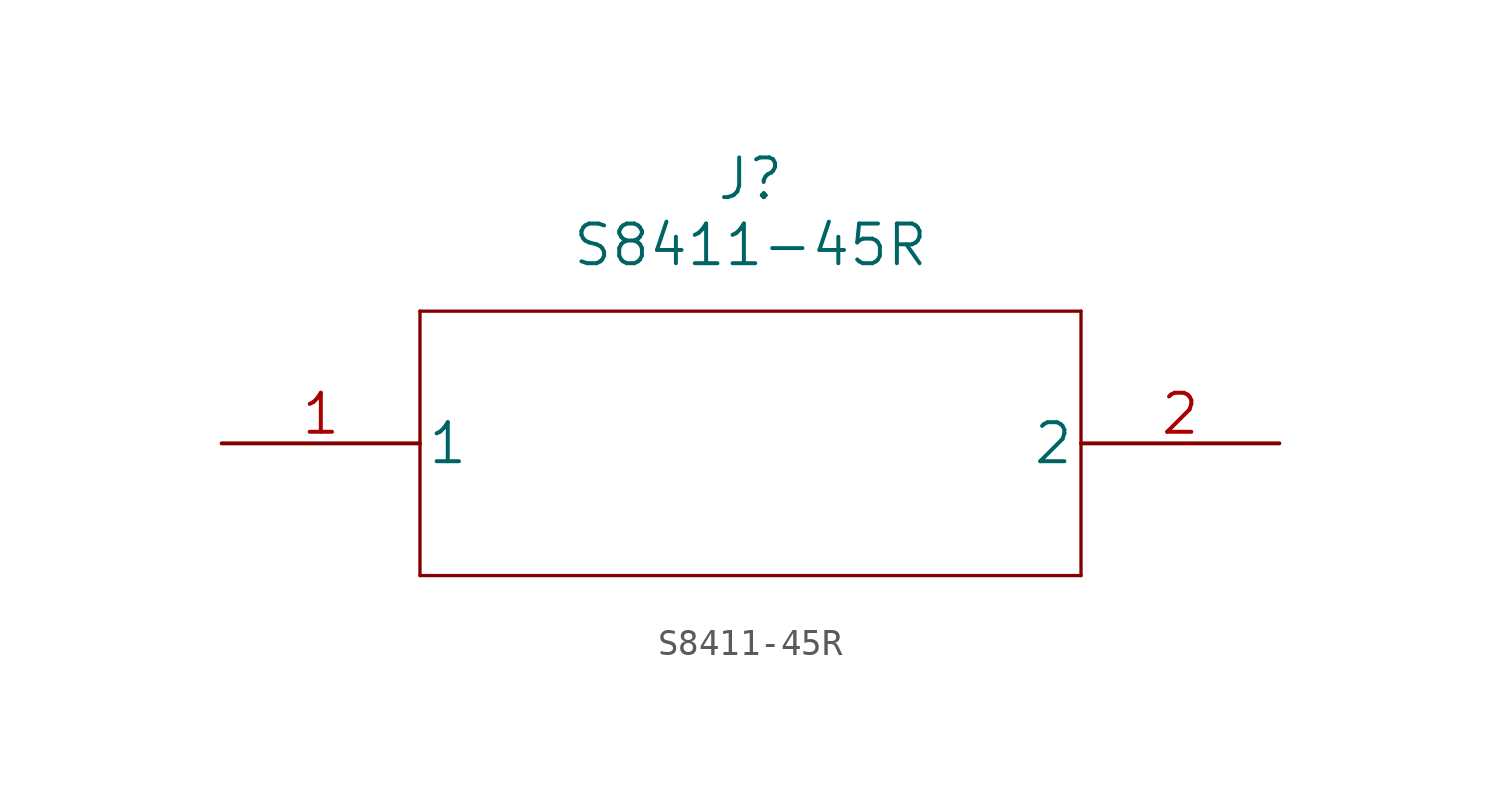
<source format=kicad_sym>
(kicad_symbol_lib
  (version 20201005)
  (generator kicad_symbol_editor)
  (symbol "S8411-45R"
    (pin_names
      (offset 0.254))
    (property "Reference" "J"
      (at 20.32 10.16 0)
      (effects (font (size 1.524 1.524))))
    (property "Value" "S8411-45R"
      (at 20.32 7.62 0)
      (effects (font (size 1.524 1.524))))
    (property "Datasheet" ""
      (at 0 0 0)
      (effects (font (size 1.524 1.524))))
    (property "ki_locked" ""
      (at 0 0 0)
      (effects (font (size 1.27 1.27))))
    (symbol "S8411-45R_1_1"
      (polyline (pts (xy 7.62 -5.08) (xy 33.02 -5.08)) (stroke (width 0.127)) (fill (type none)))
      (polyline (pts (xy 7.62 5.08) (xy 7.62 -5.08)) (stroke (width 0.127)) (fill (type none)))
      (polyline (pts (xy 33.02 -5.08) (xy 33.02 5.08)) (stroke (width 0.127)) (fill (type none)))
      (polyline (pts (xy 33.02 5.08) (xy 7.62 5.08)) (stroke (width 0.127)) (fill (type none)))
      (pin unspecified line (at 0 0 0) (length 7.62) (name "1" (effects (font (size 1.499 1.499)))) (number "1" (effects (font (size 1.499 1.499)))))
      (pin unspecified line (at 40.64 0 180) (length 7.62) (name "2" (effects (font (size 1.499 1.499)))) (number "2" (effects (font (size 1.499 1.499))))))))
</source>
